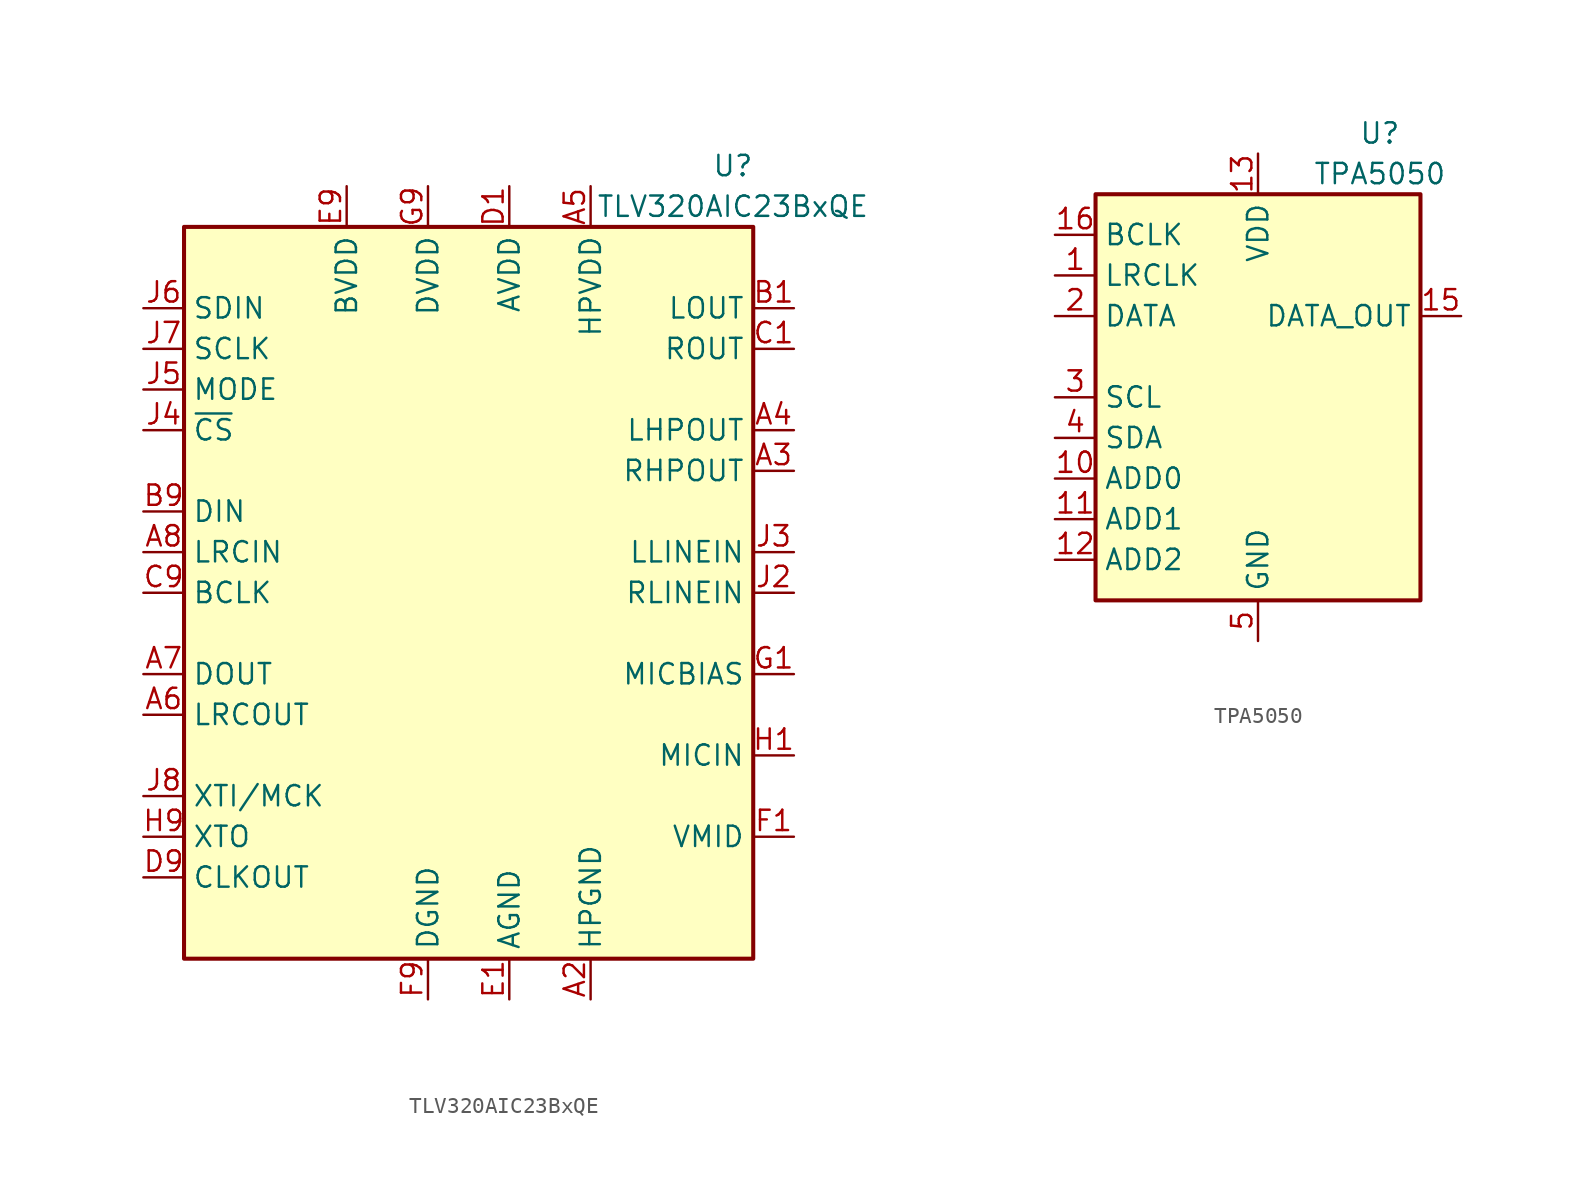
<source format=kicad_sym>
(kicad_symbol_lib
  (version 20201005)
  (generator kicad_symbol_editor)
  (symbol "TLV320AIC23BxQE"
    (property "Reference" "U"
      (at 16.51 26.67 0)
      (effects (font (size 1.27 1.27))))
    (property "Value" "TLV320AIC23BxQE"
      (at 16.51 24.13 0)
      (effects (font (size 1.27 1.27))))
    (symbol "TLV320AIC23BxQE_0_1"
      (rectangle (start -17.78 22.86) (end 17.78 -22.86) (stroke (width 0.254)) (fill (type background))))
    (symbol "TLV320AIC23BxQE_1_1"
      (pin no_connect line (at -12.7 -22.86 90) (length 2.54) hide (name "NC" (effects (font (size 1.27 1.27)))) (number "A1" (effects (font (size 1.27 1.27)))))
      (pin power_in line (at 7.62 -25.4 90) (length 2.54) (name "HPGND" (effects (font (size 1.27 1.27)))) (number "A2" (effects (font (size 1.27 1.27)))))
      (pin passive line (at 20.32 7.62 180) (length 2.54) (name "RHPOUT" (effects (font (size 1.27 1.27)))) (number "A3" (effects (font (size 1.27 1.27)))))
      (pin passive line (at 20.32 10.16 180) (length 2.54) (name "LHPOUT" (effects (font (size 1.27 1.27)))) (number "A4" (effects (font (size 1.27 1.27)))))
      (pin power_in line (at 7.62 25.4 270) (length 2.54) (name "HPVDD" (effects (font (size 1.27 1.27)))) (number "A5" (effects (font (size 1.27 1.27)))))
      (pin output line (at -20.32 -7.62 0) (length 2.54) (name "LRCOUT" (effects (font (size 1.27 1.27)))) (number "A6" (effects (font (size 1.27 1.27)))))
      (pin output line (at -20.32 -5.08 0) (length 2.54) (name "DOUT" (effects (font (size 1.27 1.27)))) (number "A7" (effects (font (size 1.27 1.27)))))
      (pin input line (at -20.32 2.54 0) (length 2.54) (name "LRCIN" (effects (font (size 1.27 1.27)))) (number "A8" (effects (font (size 1.27 1.27)))))
      (pin no_connect line (at -5.08 -22.86 90) (length 2.54) hide (name "NC" (effects (font (size 1.27 1.27)))) (number "A9" (effects (font (size 1.27 1.27)))))
      (pin passive line (at 20.32 17.78 180) (length 2.54) (name "LOUT" (effects (font (size 1.27 1.27)))) (number "B1" (effects (font (size 1.27 1.27)))))
      (pin no_connect line (at -7.62 -17.78 90) (length 2.54) hide (name "NC" (effects (font (size 1.27 1.27)))) (number "B2" (effects (font (size 1.27 1.27)))))
      (pin no_connect line (at -5.08 -17.78 90) (length 2.54) hide (name "NC" (effects (font (size 1.27 1.27)))) (number "B3" (effects (font (size 1.27 1.27)))))
      (pin no_connect line (at -2.54 -17.78 90) (length 2.54) hide (name "NC" (effects (font (size 1.27 1.27)))) (number "B4" (effects (font (size 1.27 1.27)))))
      (pin no_connect line (at 0 -17.78 90) (length 2.54) hide (name "NC" (effects (font (size 1.27 1.27)))) (number "B5" (effects (font (size 1.27 1.27)))))
      (pin no_connect line (at 2.54 -17.78 90) (length 2.54) hide (name "NC" (effects (font (size 1.27 1.27)))) (number "B6" (effects (font (size 1.27 1.27)))))
      (pin no_connect line (at 5.08 -17.78 90) (length 2.54) hide (name "NC" (effects (font (size 1.27 1.27)))) (number "B7" (effects (font (size 1.27 1.27)))))
      (pin no_connect line (at 7.62 -17.78 90) (length 2.54) hide (name "NC" (effects (font (size 1.27 1.27)))) (number "B8" (effects (font (size 1.27 1.27)))))
      (pin input line (at -20.32 5.08 0) (length 2.54) (name "DIN" (effects (font (size 1.27 1.27)))) (number "B9" (effects (font (size 1.27 1.27)))))
      (pin passive line (at 20.32 15.24 180) (length 2.54) (name "ROUT" (effects (font (size 1.27 1.27)))) (number "C1" (effects (font (size 1.27 1.27)))))
      (pin no_connect line (at -7.62 -12.7 90) (length 2.54) hide (name "NC" (effects (font (size 1.27 1.27)))) (number "C2" (effects (font (size 1.27 1.27)))))
      (pin no_connect line (at -2.54 -12.7 90) (length 2.54) hide (name "NC" (effects (font (size 1.27 1.27)))) (number "C4" (effects (font (size 1.27 1.27)))))
      (pin no_connect line (at 0 -12.7 90) (length 2.54) hide (name "NC" (effects (font (size 1.27 1.27)))) (number "C5" (effects (font (size 1.27 1.27)))))
      (pin no_connect line (at 2.54 -12.7 90) (length 2.54) hide (name "NC" (effects (font (size 1.27 1.27)))) (number "C6" (effects (font (size 1.27 1.27)))))
      (pin no_connect line (at 5.08 -12.7 90) (length 2.54) hide (name "NC" (effects (font (size 1.27 1.27)))) (number "C7" (effects (font (size 1.27 1.27)))))
      (pin no_connect line (at 7.62 -12.7 90) (length 2.54) hide (name "NC" (effects (font (size 1.27 1.27)))) (number "C8" (effects (font (size 1.27 1.27)))))
      (pin bidirectional line (at -20.32 0 0) (length 2.54) (name "BCLK" (effects (font (size 1.27 1.27)))) (number "C9" (effects (font (size 1.27 1.27)))))
      (pin power_in line (at 2.54 25.4 270) (length 2.54) (name "AVDD" (effects (font (size 1.27 1.27)))) (number "D1" (effects (font (size 1.27 1.27)))))
      (pin no_connect line (at -7.62 -7.62 90) (length 2.54) hide (name "NC" (effects (font (size 1.27 1.27)))) (number "D2" (effects (font (size 1.27 1.27)))))
      (pin no_connect line (at -5.08 -7.62 90) (length 2.54) hide (name "NC" (effects (font (size 1.27 1.27)))) (number "D3" (effects (font (size 1.27 1.27)))))
      (pin no_connect line (at -2.54 -7.62 90) (length 2.54) hide (name "NC" (effects (font (size 1.27 1.27)))) (number "D4" (effects (font (size 1.27 1.27)))))
      (pin no_connect line (at 0 -7.62 90) (length 2.54) hide (name "NC" (effects (font (size 1.27 1.27)))) (number "D5" (effects (font (size 1.27 1.27)))))
      (pin no_connect line (at 2.54 -7.62 90) (length 2.54) hide (name "NC" (effects (font (size 1.27 1.27)))) (number "D6" (effects (font (size 1.27 1.27)))))
      (pin no_connect line (at 5.08 -7.62 90) (length 2.54) hide (name "NC" (effects (font (size 1.27 1.27)))) (number "D7" (effects (font (size 1.27 1.27)))))
      (pin no_connect line (at 7.62 -7.62 90) (length 2.54) hide (name "NC" (effects (font (size 1.27 1.27)))) (number "D8" (effects (font (size 1.27 1.27)))))
      (pin output line (at -20.32 -17.78 0) (length 2.54) (name "CLKOUT" (effects (font (size 1.27 1.27)))) (number "D9" (effects (font (size 1.27 1.27)))))
      (pin power_in line (at 2.54 -25.4 90) (length 2.54) (name "AGND" (effects (font (size 1.27 1.27)))) (number "E1" (effects (font (size 1.27 1.27)))))
      (pin no_connect line (at -7.62 -2.54 90) (length 2.54) hide (name "NC" (effects (font (size 1.27 1.27)))) (number "E2" (effects (font (size 1.27 1.27)))))
      (pin no_connect line (at -5.08 -2.54 90) (length 2.54) hide (name "NC" (effects (font (size 1.27 1.27)))) (number "E3" (effects (font (size 1.27 1.27)))))
      (pin no_connect line (at -2.54 -2.54 90) (length 2.54) hide (name "NC" (effects (font (size 1.27 1.27)))) (number "E4" (effects (font (size 1.27 1.27)))))
      (pin no_connect line (at 0 -2.54 90) (length 2.54) hide (name "NC" (effects (font (size 1.27 1.27)))) (number "E5" (effects (font (size 1.27 1.27)))))
      (pin no_connect line (at 2.54 -2.54 90) (length 2.54) hide (name "NC" (effects (font (size 1.27 1.27)))) (number "E6" (effects (font (size 1.27 1.27)))))
      (pin no_connect line (at 5.08 -2.54 90) (length 2.54) hide (name "NC" (effects (font (size 1.27 1.27)))) (number "E7" (effects (font (size 1.27 1.27)))))
      (pin no_connect line (at 7.62 -2.54 90) (length 2.54) hide (name "NC" (effects (font (size 1.27 1.27)))) (number "E8" (effects (font (size 1.27 1.27)))))
      (pin power_in line (at -7.62 25.4 270) (length 2.54) (name "BVDD" (effects (font (size 1.27 1.27)))) (number "E9" (effects (font (size 1.27 1.27)))))
      (pin passive line (at 20.32 -15.24 180) (length 2.54) (name "VMID" (effects (font (size 1.27 1.27)))) (number "F1" (effects (font (size 1.27 1.27)))))
      (pin no_connect line (at -7.62 2.54 90) (length 2.54) hide (name "NC" (effects (font (size 1.27 1.27)))) (number "F2" (effects (font (size 1.27 1.27)))))
      (pin no_connect line (at -5.08 2.54 90) (length 2.54) hide (name "NC" (effects (font (size 1.27 1.27)))) (number "F3" (effects (font (size 1.27 1.27)))))
      (pin no_connect line (at -2.54 2.54 90) (length 2.54) hide (name "NC" (effects (font (size 1.27 1.27)))) (number "F4" (effects (font (size 1.27 1.27)))))
      (pin no_connect line (at 0 2.54 90) (length 2.54) hide (name "NC" (effects (font (size 1.27 1.27)))) (number "F5" (effects (font (size 1.27 1.27)))))
      (pin no_connect line (at 2.54 2.54 90) (length 2.54) hide (name "NC" (effects (font (size 1.27 1.27)))) (number "F6" (effects (font (size 1.27 1.27)))))
      (pin no_connect line (at 5.08 2.54 90) (length 2.54) hide (name "NC" (effects (font (size 1.27 1.27)))) (number "F7" (effects (font (size 1.27 1.27)))))
      (pin no_connect line (at 7.62 2.54 90) (length 2.54) hide (name "NC" (effects (font (size 1.27 1.27)))) (number "F8" (effects (font (size 1.27 1.27)))))
      (pin power_in line (at -2.54 -25.4 90) (length 2.54) (name "DGND" (effects (font (size 1.27 1.27)))) (number "F9" (effects (font (size 1.27 1.27)))))
      (pin passive line (at 20.32 -5.08 180) (length 2.54) (name "MICBIAS" (effects (font (size 1.27 1.27)))) (number "G1" (effects (font (size 1.27 1.27)))))
      (pin no_connect line (at -7.62 7.62 90) (length 2.54) hide (name "NC" (effects (font (size 1.27 1.27)))) (number "G2" (effects (font (size 1.27 1.27)))))
      (pin no_connect line (at -5.08 7.62 90) (length 2.54) hide (name "NC" (effects (font (size 1.27 1.27)))) (number "G3" (effects (font (size 1.27 1.27)))))
      (pin no_connect line (at -2.54 7.62 90) (length 2.54) hide (name "NC" (effects (font (size 1.27 1.27)))) (number "G4" (effects (font (size 1.27 1.27)))))
      (pin no_connect line (at 0 7.62 90) (length 2.54) hide (name "NC" (effects (font (size 1.27 1.27)))) (number "G5" (effects (font (size 1.27 1.27)))))
      (pin no_connect line (at 2.54 7.62 90) (length 2.54) hide (name "NC" (effects (font (size 1.27 1.27)))) (number "G6" (effects (font (size 1.27 1.27)))))
      (pin no_connect line (at 5.08 7.62 90) (length 2.54) hide (name "NC" (effects (font (size 1.27 1.27)))) (number "G7" (effects (font (size 1.27 1.27)))))
      (pin no_connect line (at 7.62 7.62 90) (length 2.54) hide (name "NC" (effects (font (size 1.27 1.27)))) (number "G8" (effects (font (size 1.27 1.27)))))
      (pin power_in line (at -2.54 25.4 270) (length 2.54) (name "DVDD" (effects (font (size 1.27 1.27)))) (number "G9" (effects (font (size 1.27 1.27)))))
      (pin passive line (at 20.32 -10.16 180) (length 2.54) (name "MICIN" (effects (font (size 1.27 1.27)))) (number "H1" (effects (font (size 1.27 1.27)))))
      (pin no_connect line (at -7.62 12.7 90) (length 2.54) hide (name "NC" (effects (font (size 1.27 1.27)))) (number "H2" (effects (font (size 1.27 1.27)))))
      (pin no_connect line (at -5.08 12.7 90) (length 2.54) hide (name "NC" (effects (font (size 1.27 1.27)))) (number "H3" (effects (font (size 1.27 1.27)))))
      (pin no_connect line (at -2.54 12.7 90) (length 2.54) hide (name "NC" (effects (font (size 1.27 1.27)))) (number "H4" (effects (font (size 1.27 1.27)))))
      (pin no_connect line (at 0 12.7 90) (length 2.54) hide (name "NC" (effects (font (size 1.27 1.27)))) (number "H5" (effects (font (size 1.27 1.27)))))
      (pin no_connect line (at 2.54 12.7 90) (length 2.54) hide (name "NC" (effects (font (size 1.27 1.27)))) (number "H6" (effects (font (size 1.27 1.27)))))
      (pin no_connect line (at 5.08 12.7 90) (length 2.54) hide (name "NC" (effects (font (size 1.27 1.27)))) (number "H7" (effects (font (size 1.27 1.27)))))
      (pin no_connect line (at 7.62 12.7 90) (length 2.54) hide (name "NC" (effects (font (size 1.27 1.27)))) (number "H8" (effects (font (size 1.27 1.27)))))
      (pin passive line (at -20.32 -15.24 0) (length 2.54) (name "XTO" (effects (font (size 1.27 1.27)))) (number "H9" (effects (font (size 1.27 1.27)))))
      (pin no_connect line (at -10.16 -22.86 90) (length 2.54) hide (name "NC" (effects (font (size 1.27 1.27)))) (number "J1" (effects (font (size 1.27 1.27)))))
      (pin passive line (at 20.32 0 180) (length 2.54) (name "RLINEIN" (effects (font (size 1.27 1.27)))) (number "J2" (effects (font (size 1.27 1.27)))))
      (pin passive line (at 20.32 2.54 180) (length 2.54) (name "LLINEIN" (effects (font (size 1.27 1.27)))) (number "J3" (effects (font (size 1.27 1.27)))))
      (pin input line (at -20.32 10.16 0) (length 2.54) (name "~CS~" (effects (font (size 1.27 1.27)))) (number "J4" (effects (font (size 1.27 1.27)))))
      (pin input line (at -20.32 12.7 0) (length 2.54) (name "MODE" (effects (font (size 1.27 1.27)))) (number "J5" (effects (font (size 1.27 1.27)))))
      (pin input line (at -20.32 17.78 0) (length 2.54) (name "SDIN" (effects (font (size 1.27 1.27)))) (number "J6" (effects (font (size 1.27 1.27)))))
      (pin input line (at -20.32 15.24 0) (length 2.54) (name "SCLK" (effects (font (size 1.27 1.27)))) (number "J7" (effects (font (size 1.27 1.27)))))
      (pin passive line (at -20.32 -12.7 0) (length 2.54) (name "XTI/MCK" (effects (font (size 1.27 1.27)))) (number "J8" (effects (font (size 1.27 1.27)))))
      (pin no_connect line (at -7.62 -22.86 90) (length 2.54) hide (name "NC" (effects (font (size 1.27 1.27)))) (number "J9" (effects (font (size 1.27 1.27)))))))
  (symbol "TPA5050"
    (property "Reference" "U"
      (at 7.62 16.51 0)
      (effects (font (size 1.27 1.27))))
    (property "Value" "TPA5050"
      (at 7.62 13.97 0)
      (effects (font (size 1.27 1.27))))
    (symbol "TPA5050_0_1"
      (rectangle (start -10.16 12.7) (end 10.16 -12.7) (stroke (width 0.254)) (fill (type background))))
    (symbol "TPA5050_1_1"
      (pin input line (at -12.7 7.62 0) (length 2.54) (name "LRCLK" (effects (font (size 1.27 1.27)))) (number "1" (effects (font (size 1.27 1.27)))))
      (pin input line (at -12.7 -5.08 0) (length 2.54) (name "ADD0" (effects (font (size 1.27 1.27)))) (number "10" (effects (font (size 1.27 1.27)))))
      (pin input line (at -12.7 -7.62 0) (length 2.54) (name "ADD1" (effects (font (size 1.27 1.27)))) (number "11" (effects (font (size 1.27 1.27)))))
      (pin input line (at -12.7 -10.16 0) (length 2.54) (name "ADD2" (effects (font (size 1.27 1.27)))) (number "12" (effects (font (size 1.27 1.27)))))
      (pin power_in line (at 0 15.24 270) (length 2.54) (name "VDD" (effects (font (size 1.27 1.27)))) (number "13" (effects (font (size 1.27 1.27)))))
      (pin passive line (at 0 -15.24 90) (length 2.54) hide (name "GND" (effects (font (size 1.27 1.27)))) (number "14" (effects (font (size 1.27 1.27)))))
      (pin output line (at 12.7 5.08 180) (length 2.54) (name "DATA_OUT" (effects (font (size 1.27 1.27)))) (number "15" (effects (font (size 1.27 1.27)))))
      (pin input line (at -12.7 10.16 0) (length 2.54) (name "BCLK" (effects (font (size 1.27 1.27)))) (number "16" (effects (font (size 1.27 1.27)))))
      (pin passive line (at 0 -15.24 90) (length 2.54) hide (name "GND" (effects (font (size 1.27 1.27)))) (number "17" (effects (font (size 1.27 1.27)))))
      (pin input line (at -12.7 5.08 0) (length 2.54) (name "DATA" (effects (font (size 1.27 1.27)))) (number "2" (effects (font (size 1.27 1.27)))))
      (pin input line (at -12.7 0 0) (length 2.54) (name "SCL" (effects (font (size 1.27 1.27)))) (number "3" (effects (font (size 1.27 1.27)))))
      (pin bidirectional line (at -12.7 -2.54 0) (length 2.54) (name "SDA" (effects (font (size 1.27 1.27)))) (number "4" (effects (font (size 1.27 1.27)))))
      (pin power_in line (at 0 -15.24 90) (length 2.54) (name "GND" (effects (font (size 1.27 1.27)))) (number "5" (effects (font (size 1.27 1.27)))))
      (pin passive line (at 0 -15.24 90) (length 2.54) hide (name "GND" (effects (font (size 1.27 1.27)))) (number "6" (effects (font (size 1.27 1.27)))))
      (pin passive line (at 0 -15.24 90) (length 2.54) hide (name "GND" (effects (font (size 1.27 1.27)))) (number "7" (effects (font (size 1.27 1.27)))))
      (pin passive line (at 0 -15.24 90) (length 2.54) hide (name "GND" (effects (font (size 1.27 1.27)))) (number "8" (effects (font (size 1.27 1.27)))))
      (pin passive line (at 0 -15.24 90) (length 2.54) hide (name "GND" (effects (font (size 1.27 1.27)))) (number "9" (effects (font (size 1.27 1.27))))))))
</source>
